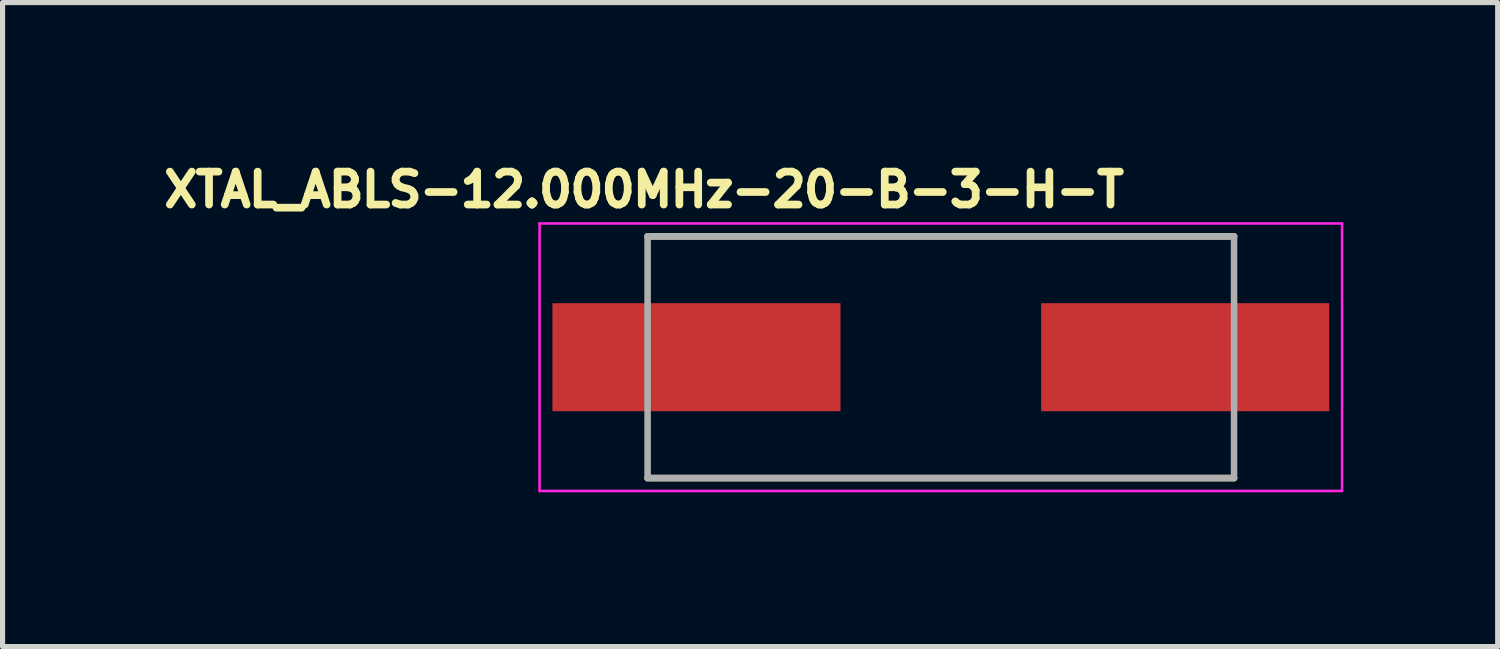
<source format=kicad_pcb>
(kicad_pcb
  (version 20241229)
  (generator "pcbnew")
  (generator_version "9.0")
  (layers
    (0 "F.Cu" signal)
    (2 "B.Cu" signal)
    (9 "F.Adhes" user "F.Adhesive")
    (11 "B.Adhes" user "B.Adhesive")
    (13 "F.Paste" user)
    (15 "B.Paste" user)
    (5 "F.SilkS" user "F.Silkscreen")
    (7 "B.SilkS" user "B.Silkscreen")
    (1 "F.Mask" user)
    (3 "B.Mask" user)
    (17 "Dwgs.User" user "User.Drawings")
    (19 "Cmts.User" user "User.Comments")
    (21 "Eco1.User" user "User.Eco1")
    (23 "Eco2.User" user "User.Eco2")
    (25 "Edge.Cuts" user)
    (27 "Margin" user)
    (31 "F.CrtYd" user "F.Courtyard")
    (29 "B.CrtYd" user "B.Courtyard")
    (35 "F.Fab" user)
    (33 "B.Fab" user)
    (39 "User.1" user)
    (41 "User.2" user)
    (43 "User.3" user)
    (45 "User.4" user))
  (footprint "XTAL_ABLS-12.000MHz-20-B-3-H-T"
    (layer "F.Cu")
    (at 15.239 3.894)
    (property "Reference" "XTAL_ABLS-12.000MHz-20-B-3-H-T" (at -5.768 -3.256 0) (layer "F.SilkS") (effects (font (size 0.64 0.64) (thickness 0.15))))
    (attr smd)
    (fp_line (start -5.7 -2.35) (end 5.7 -2.35) (stroke (width 0.127) (type solid)) (layer "F.SilkS"))
    (fp_line (start -5.7 2.35) (end 5.7 2.35) (stroke (width 0.127) (type solid)) (layer "F.SilkS"))
    (fp_line (start -7.8 -2.6) (end -7.8 2.6) (stroke (width 0.05) (type solid)) (layer "F.CrtYd"))
    (fp_line (start -7.8 2.6) (end 7.8 2.6) (stroke (width 0.05) (type solid)) (layer "F.CrtYd"))
    (fp_line (start 7.8 -2.6) (end -7.8 -2.6) (stroke (width 0.05) (type solid)) (layer "F.CrtYd"))
    (fp_line (start 7.8 2.6) (end 7.8 -2.6) (stroke (width 0.05) (type solid)) (layer "F.CrtYd"))
    (fp_line (start -5.7 -2.35) (end -5.7 2.35) (stroke (width 0.127) (type solid)) (layer "F.Fab"))
    (fp_line (start -5.7 -2.35) (end 5.7 -2.35) (stroke (width 0.127) (type solid)) (layer "F.Fab"))
    (fp_line (start -5.7 2.35) (end 5.7 2.35) (stroke (width 0.127) (type solid)) (layer "F.Fab"))
    (fp_line (start 5.7 -2.35) (end 5.7 2.35) (stroke (width 0.127) (type solid)) (layer "F.Fab"))
    (pad "1" smd rect (at -4.75 0) (size 5.6 2.1) (layers "F.Cu" "F.Mask" "F.Paste"))
    (pad "2" smd rect (at 4.75 0) (size 5.6 2.1) (layers "F.Cu" "F.Mask" "F.Paste")))
  (gr_rect
    (start -3 -3)
    (end 26.064 9.519)
    (stroke (width 0.1) (type default))
    (fill no)
    (layer "Edge.Cuts")))
</source>
